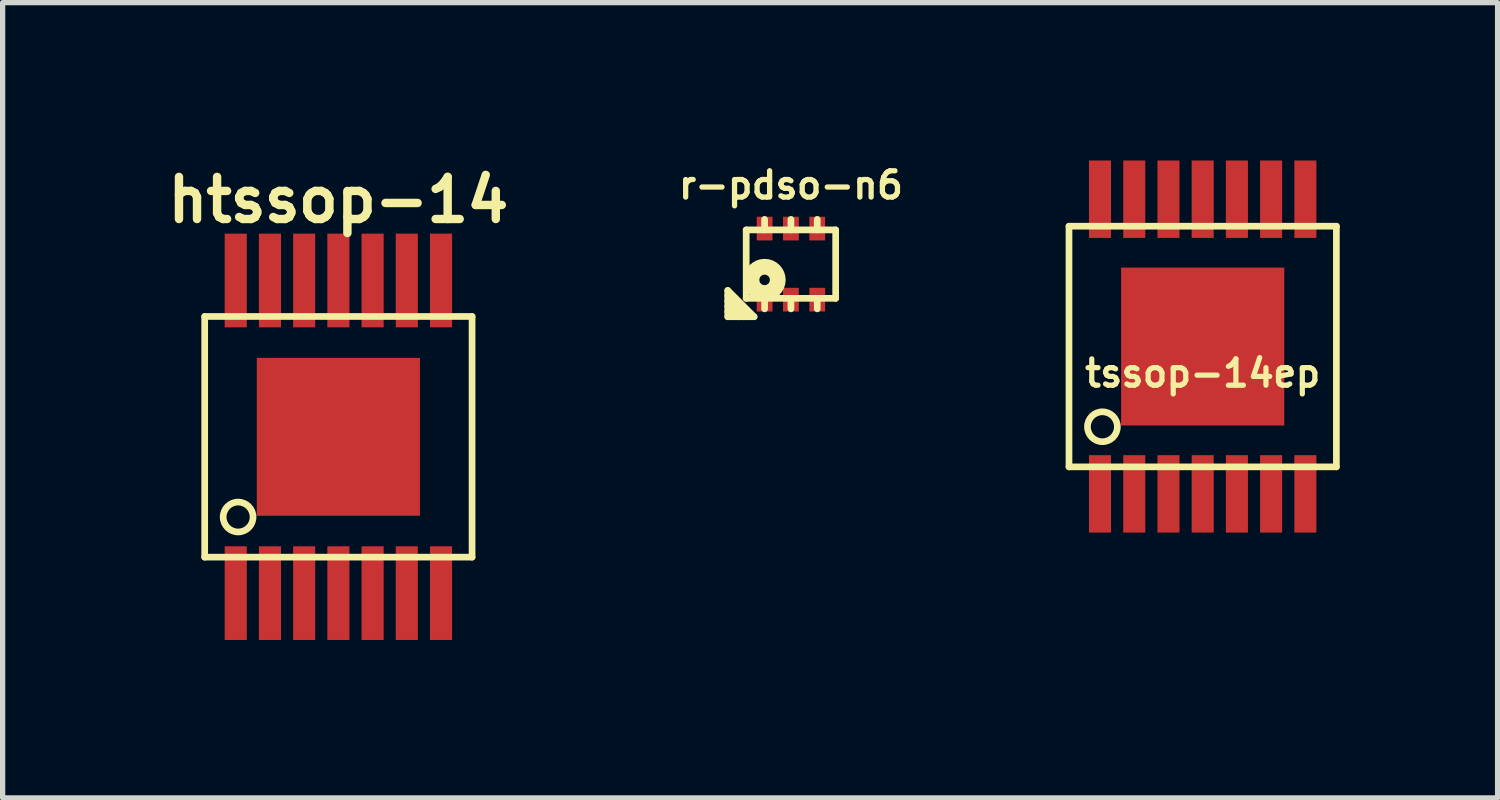
<source format=kicad_pcb>
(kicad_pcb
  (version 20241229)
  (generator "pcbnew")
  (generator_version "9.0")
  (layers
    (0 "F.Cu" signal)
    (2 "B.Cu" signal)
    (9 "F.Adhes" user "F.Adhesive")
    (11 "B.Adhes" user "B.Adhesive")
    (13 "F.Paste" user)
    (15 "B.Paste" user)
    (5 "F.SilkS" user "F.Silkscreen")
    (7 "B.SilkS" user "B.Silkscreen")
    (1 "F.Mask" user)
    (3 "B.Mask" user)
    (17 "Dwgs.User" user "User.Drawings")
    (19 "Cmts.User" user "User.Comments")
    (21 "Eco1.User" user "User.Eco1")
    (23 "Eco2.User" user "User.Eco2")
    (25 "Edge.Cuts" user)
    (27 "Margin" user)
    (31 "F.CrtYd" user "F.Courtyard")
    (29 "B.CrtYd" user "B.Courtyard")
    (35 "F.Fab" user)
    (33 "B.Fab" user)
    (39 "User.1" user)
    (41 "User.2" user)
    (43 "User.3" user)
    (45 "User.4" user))
  (footprint "tssop-14ep"
    (layer "F.Cu")
    (at 19.8 3.534)
    (property "Reference" "tssop-14ep" (at 0 0.508 0) (layer "F.SilkS") (effects (font (size 0.5 0.5) (thickness 0.099))))
    (attr through_hole)
    (fp_line (start -2.54 -2.286) (end -2.54 2.286) (stroke (width 0.127) (type solid)) (layer "F.SilkS"))
    (fp_line (start -2.54 2.286) (end 2.54 2.286) (stroke (width 0.127) (type solid)) (layer "F.SilkS"))
    (fp_line (start 2.54 -2.286) (end -2.54 -2.286) (stroke (width 0.127) (type solid)) (layer "F.SilkS"))
    (fp_line (start 2.54 2.286) (end 2.54 -2.286) (stroke (width 0.127) (type solid)) (layer "F.SilkS"))
    (fp_circle (center -1.905 1.524) (end -2.032 1.778) (stroke (width 0.127) (type solid)) (fill no) (layer "F.SilkS"))
    (pad "" smd rect (at -1 -1) (size 0.8 0.8) (layers "F.Paste"))
    (pad "" smd rect (at -1 0) (size 0.8 0.8) (layers "F.Paste"))
    (pad "" smd rect (at -1 1) (size 0.8 0.8) (layers "F.Paste"))
    (pad "" smd rect (at 0 -1) (size 0.8 0.8) (layers "F.Paste"))
    (pad "" smd rect (at 0 0) (size 0.8 0.8) (layers "F.Paste"))
    (pad "" smd rect (at 0 1) (size 0.8 0.8) (layers "F.Paste"))
    (pad "" smd rect (at 1 -1) (size 0.8 0.8) (layers "F.Paste"))
    (pad "" smd rect (at 1 0) (size 0.8 0.8) (layers "F.Paste"))
    (pad "" smd rect (at 1 1) (size 0.8 0.8) (layers "F.Paste"))
    (pad "1" smd rect (at -1.951 2.799) (size 0.419 1.471) (layers "F.Cu" "F.Mask" "F.Paste"))
    (pad "2" smd rect (at -1.3 2.799) (size 0.419 1.471) (layers "F.Cu" "F.Mask" "F.Paste"))
    (pad "3" smd rect (at -0.65 2.799) (size 0.419 1.471) (layers "F.Cu" "F.Mask" "F.Paste"))
    (pad "4" smd rect (at 0 2.799) (size 0.419 1.471) (layers "F.Cu" "F.Mask" "F.Paste"))
    (pad "5" smd rect (at 0.65 2.799) (size 0.419 1.471) (layers "F.Cu" "F.Mask" "F.Paste"))
    (pad "6" smd rect (at 1.3 2.799) (size 0.419 1.471) (layers "F.Cu" "F.Mask" "F.Paste"))
    (pad "7" smd rect (at 1.951 2.799) (size 0.419 1.471) (layers "F.Cu" "F.Mask" "F.Paste"))
    (pad "8" smd rect (at 1.951 -2.799) (size 0.419 1.471) (layers "F.Cu" "F.Mask" "F.Paste"))
    (pad "9" smd rect (at 1.3 -2.799) (size 0.419 1.471) (layers "F.Cu" "F.Mask" "F.Paste"))
    (pad "10" smd rect (at 0.65 -2.799) (size 0.419 1.471) (layers "F.Cu" "F.Mask" "F.Paste"))
    (pad "11" smd rect (at 0 -2.799) (size 0.419 1.471) (layers "F.Cu" "F.Mask" "F.Paste"))
    (pad "12" smd rect (at -0.65 -2.799) (size 0.419 1.471) (layers "F.Cu" "F.Mask" "F.Paste"))
    (pad "13" smd rect (at -1.3 -2.799) (size 0.419 1.471) (layers "F.Cu" "F.Mask" "F.Paste"))
    (pad "14" smd rect (at -1.951 -2.799) (size 0.419 1.471) (layers "F.Cu" "F.Mask" "F.Paste"))
    (pad "15" smd rect (at 0 0) (size 3.1 3) (layers "F.Cu" "F.Mask")))
  (footprint "htssop-14"
    (layer "F.Cu")
    (at 3.379 5.249)
    (property "Reference" "htssop-14" (at 0 -4.5 0) (layer "F.SilkS") (effects (font (size 0.8 0.8) (thickness 0.16))))
    (attr through_hole)
    (fp_line (start -2.54 -2.286) (end -2.54 2.286) (stroke (width 0.127) (type solid)) (layer "F.SilkS"))
    (fp_line (start -2.54 2.286) (end 2.54 2.286) (stroke (width 0.127) (type solid)) (layer "F.SilkS"))
    (fp_line (start 2.54 -2.286) (end -2.54 -2.286) (stroke (width 0.127) (type solid)) (layer "F.SilkS"))
    (fp_line (start 2.54 2.286) (end 2.54 -2.286) (stroke (width 0.127) (type solid)) (layer "F.SilkS"))
    (fp_circle (center -1.905 1.524) (end -2.032 1.778) (stroke (width 0.127) (type solid)) (fill no) (layer "F.SilkS"))
    (pad "1" smd rect (at -1.95 2.97) (size 0.42 1.78) (layers "F.Cu" "F.Mask" "F.Paste"))
    (pad "2" smd rect (at -1.3 2.97) (size 0.42 1.78) (layers "F.Cu" "F.Mask" "F.Paste"))
    (pad "3" smd rect (at -0.65 2.97) (size 0.42 1.78) (layers "F.Cu" "F.Mask" "F.Paste"))
    (pad "4" smd rect (at 0 2.97) (size 0.42 1.78) (layers "F.Cu" "F.Mask" "F.Paste"))
    (pad "5" smd rect (at 0.65 2.97) (size 0.42 1.78) (layers "F.Cu" "F.Mask" "F.Paste"))
    (pad "6" smd rect (at 1.3 2.97) (size 0.42 1.78) (layers "F.Cu" "F.Mask" "F.Paste"))
    (pad "7" smd rect (at 1.95 2.97) (size 0.42 1.78) (layers "F.Cu" "F.Mask" "F.Paste"))
    (pad "8" smd rect (at 1.95 -2.97) (size 0.42 1.78) (layers "F.Cu" "F.Mask" "F.Paste"))
    (pad "9" smd rect (at 1.3 -2.97) (size 0.42 1.78) (layers "F.Cu" "F.Mask" "F.Paste"))
    (pad "10" smd rect (at 0.65 -2.97) (size 0.42 1.78) (layers "F.Cu" "F.Mask" "F.Paste"))
    (pad "11" smd rect (at 0 -2.97) (size 0.42 1.78) (layers "F.Cu" "F.Mask" "F.Paste"))
    (pad "12" smd rect (at -0.65 -2.97) (size 0.42 1.78) (layers "F.Cu" "F.Mask" "F.Paste"))
    (pad "13" smd rect (at -1.3 -2.97) (size 0.42 1.78) (layers "F.Cu" "F.Mask" "F.Paste"))
    (pad "14" smd rect (at -1.95 -2.97) (size 0.42 1.78) (layers "F.Cu" "F.Mask" "F.Paste"))
    (pad "15" smd rect (at 0 0) (size 3.1 3) (layers "F.Cu" "F.Mask" "F.Paste")))
  (footprint "r-pdso-n6"
    (layer "F.Cu")
    (at 11.977 1.968)
    (property "Reference" "r-pdso-n6" (at 0 -1.5 0) (layer "F.SilkS") (effects (font (size 0.5 0.5) (thickness 0.1))))
    (attr through_hole)
    (fp_line (start -1.2 0.5) (end -0.7 1) (stroke (width 0.127) (type solid)) (layer "F.SilkS"))
    (fp_line (start -1.2 0.7) (end -0.9 1) (stroke (width 0.127) (type solid)) (layer "F.SilkS"))
    (fp_line (start -1.2 0.9) (end -1.1 1) (stroke (width 0.127) (type solid)) (layer "F.SilkS"))
    (fp_line (start -1.2 1) (end -1.2 0.5) (stroke (width 0.127) (type solid)) (layer "F.SilkS"))
    (fp_line (start -1 1) (end -1.2 0.8) (stroke (width 0.127) (type solid)) (layer "F.SilkS"))
    (fp_line (start -0.85 -0.65) (end -0.85 0.65) (stroke (width 0.127) (type solid)) (layer "F.SilkS"))
    (fp_line (start -0.85 0.65) (end 0.85 0.65) (stroke (width 0.127) (type solid)) (layer "F.SilkS"))
    (fp_line (start -0.8 1) (end -1.2 0.6) (stroke (width 0.127) (type solid)) (layer "F.SilkS"))
    (fp_line (start -0.7 1) (end -1.2 1) (stroke (width 0.127) (type solid)) (layer "F.SilkS"))
    (fp_line (start -0.5 -0.65) (end -0.5 -0.85) (stroke (width 0.127) (type solid)) (layer "F.SilkS"))
    (fp_line (start -0.5 0.65) (end -0.5 0.85) (stroke (width 0.127) (type solid)) (layer "F.SilkS"))
    (fp_line (start 0 -0.65) (end 0 -0.85) (stroke (width 0.127) (type solid)) (layer "F.SilkS"))
    (fp_line (start 0 0.65) (end 0 0.85) (stroke (width 0.127) (type solid)) (layer "F.SilkS"))
    (fp_line (start 0.5 -0.65) (end 0.5 -0.85) (stroke (width 0.127) (type solid)) (layer "F.SilkS"))
    (fp_line (start 0.5 0.65) (end 0.5 0.85) (stroke (width 0.127) (type solid)) (layer "F.SilkS"))
    (fp_line (start 0.85 -0.65) (end -0.85 -0.65) (stroke (width 0.127) (type solid)) (layer "F.SilkS"))
    (fp_line (start 0.85 0.65) (end 0.85 -0.65) (stroke (width 0.127) (type solid)) (layer "F.SilkS"))
    (fp_circle (center -0.5 0.3) (end -0.7 0.3) (stroke (width 0.127) (type solid)) (fill no) (layer "F.SilkS"))
    (fp_circle (center -0.5 0.3) (end -0.6 0.3) (stroke (width 0.3) (type solid)) (fill no) (layer "F.SilkS"))
    (pad "1" smd rect (at -0.5 0.675) (size 0.3 0.45) (layers "F.Cu" "F.Mask" "F.Paste"))
    (pad "2" smd rect (at 0 0.675) (size 0.3 0.45) (layers "F.Cu" "F.Mask" "F.Paste"))
    (pad "3" smd rect (at 0.5 0.675) (size 0.3 0.45) (layers "F.Cu" "F.Mask" "F.Paste"))
    (pad "4" smd rect (at 0.5 -0.675) (size 0.3 0.45) (layers "F.Cu" "F.Mask" "F.Paste"))
    (pad "5" smd rect (at 0 -0.675) (size 0.3 0.45) (layers "F.Cu" "F.Mask" "F.Paste"))
    (pad "6" smd rect (at -0.5 -0.675) (size 0.3 0.45) (layers "F.Cu" "F.Mask" "F.Paste")))
  (gr_rect
    (start -3 -3)
    (end 25.403 12.109)
    (stroke (width 0.1) (type default))
    (fill no)
    (layer "Edge.Cuts")))
</source>
